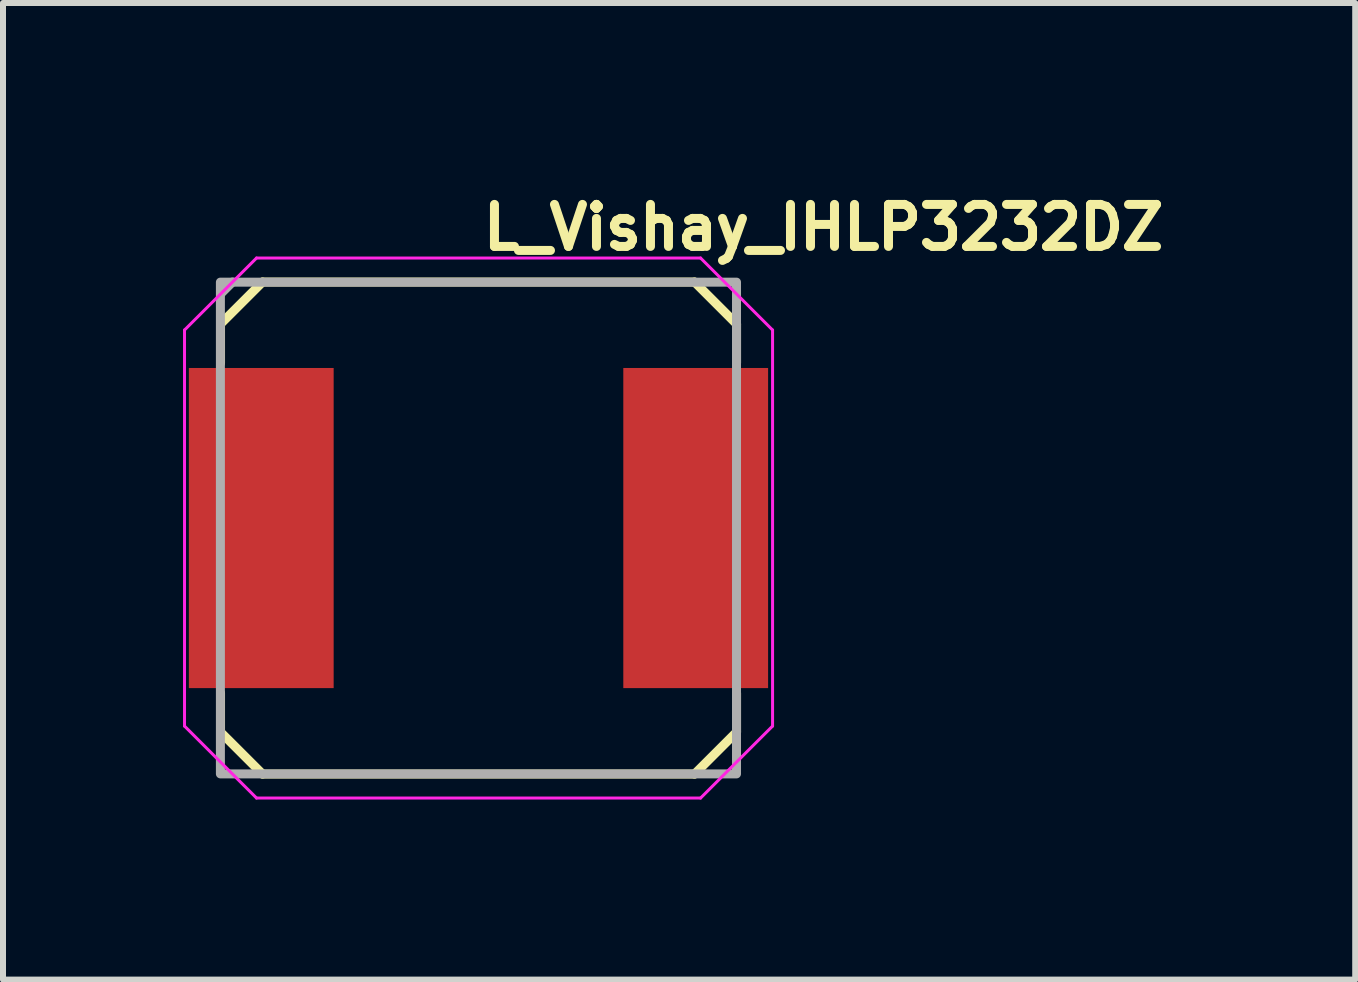
<source format=kicad_pcb>
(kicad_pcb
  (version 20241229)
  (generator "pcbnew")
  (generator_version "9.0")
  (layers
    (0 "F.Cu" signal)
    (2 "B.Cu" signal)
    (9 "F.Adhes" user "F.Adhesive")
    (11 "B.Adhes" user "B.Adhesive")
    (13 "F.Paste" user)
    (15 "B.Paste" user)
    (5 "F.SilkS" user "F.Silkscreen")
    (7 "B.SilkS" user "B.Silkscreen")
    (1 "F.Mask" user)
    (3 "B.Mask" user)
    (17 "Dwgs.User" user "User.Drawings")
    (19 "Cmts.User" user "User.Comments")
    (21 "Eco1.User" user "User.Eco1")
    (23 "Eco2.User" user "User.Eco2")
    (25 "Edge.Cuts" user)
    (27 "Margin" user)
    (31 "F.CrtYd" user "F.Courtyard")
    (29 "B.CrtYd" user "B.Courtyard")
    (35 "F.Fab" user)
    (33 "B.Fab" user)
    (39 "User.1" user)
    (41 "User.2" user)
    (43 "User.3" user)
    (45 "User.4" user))
  (footprint "L_Vishay_IHLP3232DZ"
    (layer "F.Cu")
    (at 4.925 5.75)
    (property "Reference" "L_Vishay_IHLP3232DZ" (at 0 -4.6 0) (layer "F.SilkS") (effects (font (size 0.7 0.7) (thickness 0.15)) (justify left bottom)))
    (attr smd)
    (fp_line (start -4.3 -2.75) (end -4.3 -3.4) (stroke (width 0.15) (type solid)) (layer "F.SilkS"))
    (fp_line (start -4.3 3.4) (end -4.3 2.75) (stroke (width 0.15) (type solid)) (layer "F.SilkS"))
    (fp_line (start -3.6 -4.1) (end -4.3 -3.4) (stroke (width 0.15) (type solid)) (layer "F.SilkS"))
    (fp_line (start -3.6 4.1) (end -4.3 3.4) (stroke (width 0.15) (type solid)) (layer "F.SilkS"))
    (fp_line (start -3.6 4.1) (end 3.6 4.1) (stroke (width 0.15) (type solid)) (layer "F.SilkS"))
    (fp_line (start 3.6 -4.1) (end -3.6 -4.1) (stroke (width 0.15) (type solid)) (layer "F.SilkS"))
    (fp_line (start 3.6 -4.1) (end 4.3 -3.4) (stroke (width 0.15) (type solid)) (layer "F.SilkS"))
    (fp_line (start 3.6 4.1) (end 4.3 3.4) (stroke (width 0.15) (type solid)) (layer "F.SilkS"))
    (fp_line (start 4.3 -3.4) (end 4.3 -2.75) (stroke (width 0.15) (type solid)) (layer "F.SilkS"))
    (fp_line (start 4.3 2.75) (end 4.3 3.4) (stroke (width 0.15) (type solid)) (layer "F.SilkS"))
    (fp_line (start -4.9 -3.3) (end -3.7 -4.5) (stroke (width 0.05) (type solid)) (layer "F.CrtYd"))
    (fp_line (start -4.9 3.3) (end -4.9 -3.3) (stroke (width 0.05) (type solid)) (layer "F.CrtYd"))
    (fp_line (start -3.7 -4.5) (end 3.7 -4.5) (stroke (width 0.05) (type solid)) (layer "F.CrtYd"))
    (fp_line (start -3.7 4.5) (end -4.9 3.3) (stroke (width 0.05) (type solid)) (layer "F.CrtYd"))
    (fp_line (start 3.7 -4.5) (end 4.9 -3.3) (stroke (width 0.05) (type solid)) (layer "F.CrtYd"))
    (fp_line (start 3.7 4.5) (end -3.7 4.5) (stroke (width 0.05) (type solid)) (layer "F.CrtYd"))
    (fp_line (start 4.9 -3.3) (end 4.9 3.3) (stroke (width 0.05) (type solid)) (layer "F.CrtYd"))
    (fp_line (start 4.9 3.3) (end 3.7 4.5) (stroke (width 0.05) (type solid)) (layer "F.CrtYd"))
    (fp_line (start -4.3 -3.9) (end -4.1 -4.1) (stroke (width 0.15) (type solid)) (layer "F.Fab"))
    (fp_rect (start -4.302 -4.098) (end 4.299 4.097) (stroke (width 0.15) (type solid)) (fill no) (layer "F.Fab"))
    (fp_rect (start -4.302 -4.098) (end 4.299 4.097) (stroke (width 0.1) (type solid)) (fill no) (layer "User.5"))
    (fp_line (start -4.302 -0.363) (end -4.302 -0.363) (stroke (width 0.02) (type solid)) (layer "User.9"))
    (fp_line (start -4.302 -0.363) (end -4.302 -0.254) (stroke (width 0.02) (type solid)) (layer "User.9"))
    (fp_line (start -4.302 -0.363) (end -4.3 -0.364) (stroke (width 0.02) (type solid)) (layer "User.9"))
    (fp_line (start -4.302 -0.363) (end -4.098 -0.363) (stroke (width 0.02) (type solid)) (layer "User.9"))
    (fp_line (start -4.302 1.142) (end -4.302 -0.254) (stroke (width 0.02) (type solid)) (layer "User.9"))
    (fp_line (start -4.302 1.142) (end -4.302 1.251) (stroke (width 0.02) (type solid)) (layer "User.9"))
    (fp_line (start -4.302 1.251) (end -4.302 2.539) (stroke (width 0.02) (type solid)) (layer "User.9"))
    (fp_line (start -4.302 2.539) (end -4.098 2.539) (stroke (width 0.02) (type solid)) (layer "User.9"))
    (fp_line (start -4.3 -0.367) (end -4.298 -0.368) (stroke (width 0.02) (type solid)) (layer "User.9"))
    (fp_line (start -4.3 -0.366) (end -4.3 -0.367) (stroke (width 0.02) (type solid)) (layer "User.9"))
    (fp_line (start -4.3 -0.366) (end -4.3 -0.366) (stroke (width 0.02) (type solid)) (layer "User.9"))
    (fp_line (start -4.3 -0.365) (end -4.3 -0.366) (stroke (width 0.02) (type solid)) (layer "User.9"))
    (fp_line (start -4.3 -0.365) (end -4.3 -0.365) (stroke (width 0.02) (type solid)) (layer "User.9"))
    (fp_line (start -4.3 -0.364) (end -4.3 -0.365) (stroke (width 0.02) (type solid)) (layer "User.9"))
    (fp_line (start -4.3 1.251) (end -4.302 1.251) (stroke (width 0.02) (type solid)) (layer "User.9"))
    (fp_line (start -4.3 1.253) (end -4.3 1.251) (stroke (width 0.02) (type solid)) (layer "User.9"))
    (fp_line (start -4.3 1.253) (end -4.3 1.253) (stroke (width 0.02) (type solid)) (layer "User.9"))
    (fp_line (start -4.298 -0.368) (end -4.297 -0.368) (stroke (width 0.02) (type solid)) (layer "User.9"))
    (fp_line (start -4.298 1.255) (end -4.3 1.253) (stroke (width 0.02) (type solid)) (layer "User.9"))
    (fp_line (start -4.297 -0.369) (end -4.297 -0.369) (stroke (width 0.02) (type solid)) (layer "User.9"))
    (fp_line (start -4.297 -0.369) (end -4.295 -0.37) (stroke (width 0.02) (type solid)) (layer "User.9"))
    (fp_line (start -4.297 -0.368) (end -4.297 -0.369) (stroke (width 0.02) (type solid)) (layer "User.9"))
    (fp_line (start -4.297 1.257) (end -4.298 1.255) (stroke (width 0.02) (type solid)) (layer "User.9"))
    (fp_line (start -4.295 -0.37) (end -4.295 -0.37) (stroke (width 0.02) (type solid)) (layer "User.9"))
    (fp_line (start -4.295 -0.37) (end -4.294 -0.371) (stroke (width 0.02) (type solid)) (layer "User.9"))
    (fp_line (start -4.295 1.257) (end -4.297 1.257) (stroke (width 0.02) (type solid)) (layer "User.9"))
    (fp_line (start -4.294 -0.371) (end -4.292 -0.372) (stroke (width 0.02) (type solid)) (layer "User.9"))
    (fp_line (start -4.294 1.259) (end -4.295 1.257) (stroke (width 0.02) (type solid)) (layer "User.9"))
    (fp_line (start -4.292 -0.372) (end -4.29 -0.372) (stroke (width 0.02) (type solid)) (layer "User.9"))
    (fp_line (start -4.29 -0.372) (end -4.289 -0.373) (stroke (width 0.02) (type solid)) (layer "User.9"))
    (fp_line (start -4.29 1.259) (end -4.294 1.259) (stroke (width 0.02) (type solid)) (layer "User.9"))
    (fp_line (start -4.289 -0.373) (end -4.287 -0.373) (stroke (width 0.02) (type solid)) (layer "User.9"))
    (fp_line (start -4.287 -0.373) (end -4.284 -0.375) (stroke (width 0.02) (type solid)) (layer "User.9"))
    (fp_line (start -4.287 1.261) (end -4.29 1.259) (stroke (width 0.02) (type solid)) (layer "User.9"))
    (fp_line (start -4.284 -0.375) (end -4.281 -0.376) (stroke (width 0.02) (type solid)) (layer "User.9"))
    (fp_line (start -4.284 1.263) (end -4.287 1.261) (stroke (width 0.02) (type solid)) (layer "User.9"))
    (fp_line (start -4.281 -0.376) (end -4.278 -0.377) (stroke (width 0.02) (type solid)) (layer "User.9"))
    (fp_line (start -4.281 1.263) (end -4.284 1.263) (stroke (width 0.02) (type solid)) (layer "User.9"))
    (fp_line (start -4.278 -0.377) (end -4.273 -0.378) (stroke (width 0.02) (type solid)) (layer "User.9"))
    (fp_line (start -4.278 1.265) (end -4.281 1.263) (stroke (width 0.02) (type solid)) (layer "User.9"))
    (fp_line (start -4.273 -0.378) (end -4.27 -0.379) (stroke (width 0.02) (type solid)) (layer "User.9"))
    (fp_line (start -4.273 1.265) (end -4.278 1.265) (stroke (width 0.02) (type solid)) (layer "User.9"))
    (fp_line (start -4.27 -0.379) (end -4.265 -0.38) (stroke (width 0.02) (type solid)) (layer "User.9"))
    (fp_line (start -4.27 1.267) (end -4.273 1.265) (stroke (width 0.02) (type solid)) (layer "User.9"))
    (fp_line (start -4.265 -0.38) (end -4.26 -0.381) (stroke (width 0.02) (type solid)) (layer "User.9"))
    (fp_line (start -4.26 -0.381) (end -4.098 -0.381) (stroke (width 0.02) (type solid)) (layer "User.9"))
    (fp_line (start -4.26 1.269) (end -4.27 1.267) (stroke (width 0.02) (type solid)) (layer "User.9"))
    (fp_line (start -4.098 -3.093) (end -4.098 -2.54) (stroke (width 0.02) (type solid)) (layer "User.9"))
    (fp_line (start -4.098 -2.54) (end -4.302 -2.54) (stroke (width 0.02) (type solid)) (layer "User.9"))
    (fp_line (start -4.098 -2.54) (end -3.844 -2.54) (stroke (width 0.02) (type solid)) (layer "User.9"))
    (fp_line (start -4.098 -0.381) (end -4.098 1.269) (stroke (width 0.02) (type solid)) (layer "User.9"))
    (fp_line (start -4.098 -0.363) (end -4.098 -0.254) (stroke (width 0.02) (type solid)) (layer "User.9"))
    (fp_line (start -4.098 1.142) (end -4.098 -0.254) (stroke (width 0.02) (type solid)) (layer "User.9"))
    (fp_line (start -4.098 1.142) (end -4.098 1.251) (stroke (width 0.02) (type solid)) (layer "User.9"))
    (fp_line (start -4.098 1.251) (end -4.302 1.251) (stroke (width 0.02) (type solid)) (layer "User.9"))
    (fp_line (start -4.098 1.269) (end -4.26 1.269) (stroke (width 0.02) (type solid)) (layer "User.9"))
    (fp_line (start -4.098 2.539) (end -4.098 3.091) (stroke (width 0.02) (type solid)) (layer "User.9"))
    (fp_line (start -4.098 3.091) (end -4.096 3.14) (stroke (width 0.02) (type solid)) (layer "User.9"))
    (fp_line (start -4.096 -3.142) (end -4.098 -3.093) (stroke (width 0.02) (type solid)) (layer "User.9"))
    (fp_line (start -4.096 3.14) (end -4.093 3.189) (stroke (width 0.02) (type solid)) (layer "User.9"))
    (fp_line (start -4.093 -3.192) (end -4.096 -3.142) (stroke (width 0.02) (type solid)) (layer "User.9"))
    (fp_line (start -4.093 3.189) (end -4.087 3.238) (stroke (width 0.02) (type solid)) (layer "User.9"))
    (fp_line (start -4.087 -3.241) (end -4.093 -3.192) (stroke (width 0.02) (type solid)) (layer "User.9"))
    (fp_line (start -4.087 3.238) (end -4.079 3.288) (stroke (width 0.02) (type solid)) (layer "User.9"))
    (fp_line (start -4.079 -3.29) (end -4.087 -3.241) (stroke (width 0.02) (type solid)) (layer "User.9"))
    (fp_line (start -4.079 3.288) (end -4.068 3.335) (stroke (width 0.02) (type solid)) (layer "User.9"))
    (fp_line (start -4.068 -3.338) (end -4.079 -3.29) (stroke (width 0.02) (type solid)) (layer "User.9"))
    (fp_line (start -4.068 3.335) (end -4.055 3.382) (stroke (width 0.02) (type solid)) (layer "User.9"))
    (fp_line (start -4.055 -3.384) (end -4.068 -3.338) (stroke (width 0.02) (type solid)) (layer "User.9"))
    (fp_line (start -4.055 3.382) (end -4.039 3.43) (stroke (width 0.02) (type solid)) (layer "User.9"))
    (fp_line (start -4.039 -3.431) (end -4.055 -3.384) (stroke (width 0.02) (type solid)) (layer "User.9"))
    (fp_line (start -4.039 3.43) (end -4.021 3.475) (stroke (width 0.02) (type solid)) (layer "User.9"))
    (fp_line (start -4.021 -3.477) (end -4.039 -3.431) (stroke (width 0.02) (type solid)) (layer "User.9"))
    (fp_line (start -4.021 3.475) (end -4.002 3.519) (stroke (width 0.02) (type solid)) (layer "User.9"))
    (fp_line (start -4.002 -3.521) (end -4.021 -3.477) (stroke (width 0.02) (type solid)) (layer "User.9"))
    (fp_line (start -4.002 3.519) (end -3.98 3.563) (stroke (width 0.02) (type solid)) (layer "User.9"))
    (fp_line (start -3.98 -3.565) (end -4.002 -3.521) (stroke (width 0.02) (type solid)) (layer "User.9"))
    (fp_line (start -3.98 3.563) (end -3.955 3.607) (stroke (width 0.02) (type solid)) (layer "User.9"))
    (fp_line (start -3.955 -3.609) (end -3.98 -3.565) (stroke (width 0.02) (type solid)) (layer "User.9"))
    (fp_line (start -3.955 3.607) (end -3.93 3.648) (stroke (width 0.02) (type solid)) (layer "User.9"))
    (fp_line (start -3.93 -3.65) (end -3.955 -3.609) (stroke (width 0.02) (type solid)) (layer "User.9"))
    (fp_line (start -3.93 3.648) (end -3.9 3.688) (stroke (width 0.02) (type solid)) (layer "User.9"))
    (fp_line (start -3.9 -3.69) (end -3.93 -3.65) (stroke (width 0.02) (type solid)) (layer "User.9"))
    (fp_line (start -3.9 3.688) (end -3.871 3.728) (stroke (width 0.02) (type solid)) (layer "User.9"))
    (fp_line (start -3.871 -3.73) (end -3.9 -3.69) (stroke (width 0.02) (type solid)) (layer "User.9"))
    (fp_line (start -3.871 3.728) (end -3.838 3.765) (stroke (width 0.02) (type solid)) (layer "User.9"))
    (fp_line (start -3.844 -3.041) (end -3.843 -3.092) (stroke (width 0.02) (type solid)) (layer "User.9"))
    (fp_line (start -3.844 -0.381) (end -4.098 -0.381) (stroke (width 0.02) (type solid)) (layer "User.9"))
    (fp_line (start -3.844 1.269) (end -4.098 1.269) (stroke (width 0.02) (type solid)) (layer "User.9"))
    (fp_line (start -3.844 1.269) (end -4.098 1.269) (stroke (width 0.02) (type solid)) (layer "User.9"))
    (fp_line (start -3.844 2.539) (end -4.098 2.539) (stroke (width 0.02) (type solid)) (layer "User.9"))
    (fp_line (start -3.844 3.039) (end -3.844 -3.041) (stroke (width 0.02) (type solid)) (layer "User.9"))
    (fp_line (start -3.843 -3.092) (end -3.839 -3.141) (stroke (width 0.02) (type solid)) (layer "User.9"))
    (fp_line (start -3.843 3.089) (end -3.844 3.039) (stroke (width 0.02) (type solid)) (layer "User.9"))
    (fp_line (start -3.839 -3.141) (end -3.833 -3.189) (stroke (width 0.02) (type solid)) (layer "User.9"))
    (fp_line (start -3.839 3.139) (end -3.843 3.089) (stroke (width 0.02) (type solid)) (layer "User.9"))
    (fp_line (start -3.838 -3.767) (end -3.871 -3.73) (stroke (width 0.02) (type solid)) (layer "User.9"))
    (fp_line (start -3.838 3.765) (end -3.803 3.801) (stroke (width 0.02) (type solid)) (layer "User.9"))
    (fp_line (start -3.833 -3.189) (end -3.825 -3.238) (stroke (width 0.02) (type solid)) (layer "User.9"))
    (fp_line (start -3.833 3.188) (end -3.839 3.139) (stroke (width 0.02) (type solid)) (layer "User.9"))
    (fp_line (start -3.825 -3.238) (end -3.814 -3.286) (stroke (width 0.02) (type solid)) (layer "User.9"))
    (fp_line (start -3.825 3.237) (end -3.833 3.188) (stroke (width 0.02) (type solid)) (layer "User.9"))
    (fp_line (start -3.814 -3.286) (end -3.801 -3.334) (stroke (width 0.02) (type solid)) (layer "User.9"))
    (fp_line (start -3.814 3.285) (end -3.825 3.237) (stroke (width 0.02) (type solid)) (layer "User.9"))
    (fp_line (start -3.803 -3.803) (end -3.838 -3.767) (stroke (width 0.02) (type solid)) (layer "User.9"))
    (fp_line (start -3.803 -3.803) (end -3.803 -3.803) (stroke (width 0.02) (type solid)) (layer "User.9"))
    (fp_line (start -3.803 3.801) (end -3.803 3.801) (stroke (width 0.02) (type solid)) (layer "User.9"))
    (fp_line (start -3.803 3.801) (end -3.767 3.836) (stroke (width 0.02) (type solid)) (layer "User.9"))
    (fp_line (start -3.801 -3.334) (end -3.786 -3.38) (stroke (width 0.02) (type solid)) (layer "User.9"))
    (fp_line (start -3.801 3.331) (end -3.814 3.285) (stroke (width 0.02) (type solid)) (layer "User.9"))
    (fp_line (start -3.786 -3.38) (end -3.767 -3.427) (stroke (width 0.02) (type solid)) (layer "User.9"))
    (fp_line (start -3.786 3.378) (end -3.801 3.331) (stroke (width 0.02) (type solid)) (layer "User.9"))
    (fp_line (start -3.767 -3.838) (end -3.803 -3.803) (stroke (width 0.02) (type solid)) (layer "User.9"))
    (fp_line (start -3.767 -3.427) (end -3.747 -3.472) (stroke (width 0.02) (type solid)) (layer "User.9"))
    (fp_line (start -3.767 3.425) (end -3.786 3.378) (stroke (width 0.02) (type solid)) (layer "User.9"))
    (fp_line (start -3.767 3.836) (end -3.73 3.869) (stroke (width 0.02) (type solid)) (layer "User.9"))
    (fp_line (start -3.747 -3.472) (end -3.726 -3.516) (stroke (width 0.02) (type solid)) (layer "User.9"))
    (fp_line (start -3.747 3.47) (end -3.767 3.425) (stroke (width 0.02) (type solid)) (layer "User.9"))
    (fp_line (start -3.73 -3.871) (end -3.767 -3.838) (stroke (width 0.02) (type solid)) (layer "User.9"))
    (fp_line (start -3.73 3.869) (end -3.69 3.898) (stroke (width 0.02) (type solid)) (layer "User.9"))
    (fp_line (start -3.726 -3.516) (end -3.701 -3.557) (stroke (width 0.02) (type solid)) (layer "User.9"))
    (fp_line (start -3.726 3.514) (end -3.747 3.47) (stroke (width 0.02) (type solid)) (layer "User.9"))
    (fp_line (start -3.701 -3.557) (end -3.676 -3.6) (stroke (width 0.02) (type solid)) (layer "User.9"))
    (fp_line (start -3.701 3.555) (end -3.726 3.514) (stroke (width 0.02) (type solid)) (layer "User.9"))
    (fp_line (start -3.69 -3.9) (end -3.73 -3.871) (stroke (width 0.02) (type solid)) (layer "User.9"))
    (fp_line (start -3.69 3.898) (end -3.65 3.927) (stroke (width 0.02) (type solid)) (layer "User.9"))
    (fp_line (start -3.676 -3.6) (end -3.646 -3.64) (stroke (width 0.02) (type solid)) (layer "User.9"))
    (fp_line (start -3.676 3.597) (end -3.701 3.555) (stroke (width 0.02) (type solid)) (layer "User.9"))
    (fp_line (start -3.65 -3.93) (end -3.69 -3.9) (stroke (width 0.02) (type solid)) (layer "User.9"))
    (fp_line (start -3.65 3.927) (end -3.609 3.954) (stroke (width 0.02) (type solid)) (layer "User.9"))
    (fp_line (start -3.646 -3.64) (end -3.617 -3.678) (stroke (width 0.02) (type solid)) (layer "User.9"))
    (fp_line (start -3.646 3.637) (end -3.676 3.597) (stroke (width 0.02) (type solid)) (layer "User.9"))
    (fp_line (start -3.617 -3.678) (end -3.584 -3.717) (stroke (width 0.02) (type solid)) (layer "User.9"))
    (fp_line (start -3.617 3.676) (end -3.646 3.637) (stroke (width 0.02) (type solid)) (layer "User.9"))
    (fp_line (start -3.609 -3.955) (end -3.65 -3.93) (stroke (width 0.02) (type solid)) (layer "User.9"))
    (fp_line (start -3.609 3.954) (end -3.565 3.978) (stroke (width 0.02) (type solid)) (layer "User.9"))
    (fp_line (start -3.584 -3.717) (end -3.549 -3.753) (stroke (width 0.02) (type solid)) (layer "User.9"))
    (fp_line (start -3.584 3.714) (end -3.617 3.676) (stroke (width 0.02) (type solid)) (layer "User.9"))
    (fp_line (start -3.565 -3.98) (end -3.609 -3.955) (stroke (width 0.02) (type solid)) (layer "User.9"))
    (fp_line (start -3.565 3.978) (end -3.521 3.999) (stroke (width 0.02) (type solid)) (layer "User.9"))
    (fp_line (start -3.549 -3.753) (end -3.549 -3.753) (stroke (width 0.02) (type solid)) (layer "User.9"))
    (fp_line (start -3.549 -3.753) (end -3.513 -3.787) (stroke (width 0.02) (type solid)) (layer "User.9"))
    (fp_line (start -3.549 3.75) (end -3.584 3.714) (stroke (width 0.02) (type solid)) (layer "User.9"))
    (fp_line (start -3.549 3.75) (end -3.549 3.75) (stroke (width 0.02) (type solid)) (layer "User.9"))
    (fp_line (start -3.521 -4.002) (end -3.565 -3.98) (stroke (width 0.02) (type solid)) (layer "User.9"))
    (fp_line (start -3.521 3.999) (end -3.477 4.02) (stroke (width 0.02) (type solid)) (layer "User.9"))
    (fp_line (start -3.513 -3.787) (end -3.476 -3.819) (stroke (width 0.02) (type solid)) (layer "User.9"))
    (fp_line (start -3.513 3.785) (end -3.549 3.75) (stroke (width 0.02) (type solid)) (layer "User.9"))
    (fp_line (start -3.477 -4.021) (end -3.521 -4.002) (stroke (width 0.02) (type solid)) (layer "User.9"))
    (fp_line (start -3.477 4.02) (end -3.431 4.038) (stroke (width 0.02) (type solid)) (layer "User.9"))
    (fp_line (start -3.476 -3.819) (end -3.436 -3.85) (stroke (width 0.02) (type solid)) (layer "User.9"))
    (fp_line (start -3.476 3.817) (end -3.513 3.785) (stroke (width 0.02) (type solid)) (layer "User.9"))
    (fp_line (start -3.436 -3.85) (end -3.396 -3.879) (stroke (width 0.02) (type solid)) (layer "User.9"))
    (fp_line (start -3.436 3.847) (end -3.476 3.817) (stroke (width 0.02) (type solid)) (layer "User.9"))
    (fp_line (start -3.431 -4.039) (end -3.477 -4.021) (stroke (width 0.02) (type solid)) (layer "User.9"))
    (fp_line (start -3.431 4.038) (end -3.384 4.052) (stroke (width 0.02) (type solid)) (layer "User.9"))
    (fp_line (start -3.396 -3.879) (end -3.355 -3.904) (stroke (width 0.02) (type solid)) (layer "User.9"))
    (fp_line (start -3.396 3.877) (end -3.436 3.847) (stroke (width 0.02) (type solid)) (layer "User.9"))
    (fp_line (start -3.384 -4.055) (end -3.431 -4.039) (stroke (width 0.02) (type solid)) (layer "User.9"))
    (fp_line (start -3.384 4.052) (end -3.338 4.065) (stroke (width 0.02) (type solid)) (layer "User.9"))
    (fp_line (start -3.355 -3.904) (end -3.311 -3.928) (stroke (width 0.02) (type solid)) (layer "User.9"))
    (fp_line (start -3.355 3.902) (end -3.396 3.877) (stroke (width 0.02) (type solid)) (layer "User.9"))
    (fp_line (start -3.338 -4.068) (end -3.384 -4.055) (stroke (width 0.02) (type solid)) (layer "User.9"))
    (fp_line (start -3.338 4.065) (end -3.29 4.076) (stroke (width 0.02) (type solid)) (layer "User.9"))
    (fp_line (start -3.311 -3.928) (end -3.267 -3.951) (stroke (width 0.02) (type solid)) (layer "User.9"))
    (fp_line (start -3.311 3.926) (end -3.355 3.902) (stroke (width 0.02) (type solid)) (layer "User.9"))
    (fp_line (start -3.29 -4.079) (end -3.338 -4.068) (stroke (width 0.02) (type solid)) (layer "User.9"))
    (fp_line (start -3.29 4.076) (end -3.241 4.084) (stroke (width 0.02) (type solid)) (layer "User.9"))
    (fp_line (start -3.267 -3.951) (end -3.223 -3.971) (stroke (width 0.02) (type solid)) (layer "User.9"))
    (fp_line (start -3.267 3.949) (end -3.311 3.926) (stroke (width 0.02) (type solid)) (layer "User.9"))
    (fp_line (start -3.241 -4.087) (end -3.29 -4.079) (stroke (width 0.02) (type solid)) (layer "User.9"))
    (fp_line (start -3.241 4.084) (end -3.192 4.092) (stroke (width 0.02) (type solid)) (layer "User.9"))
    (fp_line (start -3.223 -3.971) (end -3.177 -3.988) (stroke (width 0.02) (type solid)) (layer "User.9"))
    (fp_line (start -3.223 3.968) (end -3.267 3.949) (stroke (width 0.02) (type solid)) (layer "User.9"))
    (fp_line (start -3.192 -4.093) (end -3.241 -4.087) (stroke (width 0.02) (type solid)) (layer "User.9"))
    (fp_line (start -3.192 4.092) (end -3.142 4.094) (stroke (width 0.02) (type solid)) (layer "User.9"))
    (fp_line (start -3.177 -3.988) (end -3.13 -4.004) (stroke (width 0.02) (type solid)) (layer "User.9"))
    (fp_line (start -3.177 3.987) (end -3.223 3.968) (stroke (width 0.02) (type solid)) (layer "User.9"))
    (fp_line (start -3.142 -4.096) (end -3.192 -4.093) (stroke (width 0.02) (type solid)) (layer "User.9"))
    (fp_line (start -3.142 4.094) (end -3.093 4.097) (stroke (width 0.02) (type solid)) (layer "User.9"))
    (fp_line (start -3.13 -4.004) (end -3.084 -4.016) (stroke (width 0.02) (type solid)) (layer "User.9"))
    (fp_line (start -3.13 4.001) (end -3.177 3.987) (stroke (width 0.02) (type solid)) (layer "User.9"))
    (fp_line (start -3.093 -4.098) (end -3.142 -4.096) (stroke (width 0.02) (type solid)) (layer "User.9"))
    (fp_line (start -3.093 4.097) (end 3.091 4.097) (stroke (width 0.02) (type solid)) (layer "User.9"))
    (fp_line (start -3.084 -4.016) (end -3.036 -4.028) (stroke (width 0.02) (type solid)) (layer "User.9"))
    (fp_line (start -3.084 4.014) (end -3.13 4.001) (stroke (width 0.02) (type solid)) (layer "User.9"))
    (fp_line (start -3.036 -4.028) (end -2.987 -4.037) (stroke (width 0.02) (type solid)) (layer "User.9"))
    (fp_line (start -3.036 4.025) (end -3.084 4.014) (stroke (width 0.02) (type solid)) (layer "User.9"))
    (fp_line (start -2.987 -4.037) (end -2.938 -4.042) (stroke (width 0.02) (type solid)) (layer "User.9"))
    (fp_line (start -2.987 4.035) (end -3.036 4.025) (stroke (width 0.02) (type solid)) (layer "User.9"))
    (fp_line (start -2.938 -4.042) (end -2.888 -4.045) (stroke (width 0.02) (type solid)) (layer "User.9"))
    (fp_line (start -2.938 4.041) (end -2.987 4.035) (stroke (width 0.02) (type solid)) (layer "User.9"))
    (fp_line (start -2.888 -4.045) (end -2.839 -4.047) (stroke (width 0.02) (type solid)) (layer "User.9"))
    (fp_line (start -2.888 4.044) (end -2.938 4.041) (stroke (width 0.02) (type solid)) (layer "User.9"))
    (fp_line (start -2.839 -4.047) (end 2.837 -4.047) (stroke (width 0.02) (type solid)) (layer "User.9"))
    (fp_line (start -2.839 4.046) (end -2.888 4.044) (stroke (width 0.02) (type solid)) (layer "User.9"))
    (fp_line (start 2.837 -4.047) (end 2.886 -4.045) (stroke (width 0.02) (type solid)) (layer "User.9"))
    (fp_line (start 2.837 4.046) (end -2.839 4.046) (stroke (width 0.02) (type solid)) (layer "User.9"))
    (fp_line (start 2.886 -4.045) (end 2.935 -4.042) (stroke (width 0.02) (type solid)) (layer "User.9"))
    (fp_line (start 2.886 4.044) (end 2.837 4.046) (stroke (width 0.02) (type solid)) (layer "User.9"))
    (fp_line (start 2.935 -4.042) (end 2.984 -4.037) (stroke (width 0.02) (type solid)) (layer "User.9"))
    (fp_line (start 2.935 4.041) (end 2.886 4.044) (stroke (width 0.02) (type solid)) (layer "User.9"))
    (fp_line (start 2.984 -4.037) (end 3.034 -4.028) (stroke (width 0.02) (type solid)) (layer "User.9"))
    (fp_line (start 2.984 4.035) (end 2.935 4.041) (stroke (width 0.02) (type solid)) (layer "User.9"))
    (fp_line (start 3.034 -4.028) (end 3.081 -4.016) (stroke (width 0.02) (type solid)) (layer "User.9"))
    (fp_line (start 3.034 4.025) (end 2.984 4.035) (stroke (width 0.02) (type solid)) (layer "User.9"))
    (fp_line (start 3.081 -4.016) (end 3.128 -4.004) (stroke (width 0.02) (type solid)) (layer "User.9"))
    (fp_line (start 3.081 4.014) (end 3.034 4.025) (stroke (width 0.02) (type solid)) (layer "User.9"))
    (fp_line (start 3.091 -4.098) (end -3.093 -4.098) (stroke (width 0.02) (type solid)) (layer "User.9"))
    (fp_line (start 3.091 4.097) (end 3.14 4.094) (stroke (width 0.02) (type solid)) (layer "User.9"))
    (fp_line (start 3.128 -4.004) (end 3.176 -3.988) (stroke (width 0.02) (type solid)) (layer "User.9"))
    (fp_line (start 3.128 4.001) (end 3.081 4.014) (stroke (width 0.02) (type solid)) (layer "User.9"))
    (fp_line (start 3.14 -4.096) (end 3.091 -4.098) (stroke (width 0.02) (type solid)) (layer "User.9"))
    (fp_line (start 3.14 4.094) (end 3.189 4.092) (stroke (width 0.02) (type solid)) (layer "User.9"))
    (fp_line (start 3.176 -3.988) (end 3.221 -3.971) (stroke (width 0.02) (type solid)) (layer "User.9"))
    (fp_line (start 3.176 3.987) (end 3.128 4.001) (stroke (width 0.02) (type solid)) (layer "User.9"))
    (fp_line (start 3.189 -4.093) (end 3.14 -4.096) (stroke (width 0.02) (type solid)) (layer "User.9"))
    (fp_line (start 3.189 4.092) (end 3.238 4.084) (stroke (width 0.02) (type solid)) (layer "User.9"))
    (fp_line (start 3.221 -3.971) (end 3.265 -3.951) (stroke (width 0.02) (type solid)) (layer "User.9"))
    (fp_line (start 3.221 3.968) (end 3.176 3.987) (stroke (width 0.02) (type solid)) (layer "User.9"))
    (fp_line (start 3.238 -4.087) (end 3.189 -4.093) (stroke (width 0.02) (type solid)) (layer "User.9"))
    (fp_line (start 3.238 4.084) (end 3.288 4.076) (stroke (width 0.02) (type solid)) (layer "User.9"))
    (fp_line (start 3.265 -3.951) (end 3.309 -3.928) (stroke (width 0.02) (type solid)) (layer "User.9"))
    (fp_line (start 3.265 3.949) (end 3.221 3.968) (stroke (width 0.02) (type solid)) (layer "User.9"))
    (fp_line (start 3.288 -4.079) (end 3.238 -4.087) (stroke (width 0.02) (type solid)) (layer "User.9"))
    (fp_line (start 3.288 4.076) (end 3.335 4.065) (stroke (width 0.02) (type solid)) (layer "User.9"))
    (fp_line (start 3.309 -3.928) (end 3.353 -3.904) (stroke (width 0.02) (type solid)) (layer "User.9"))
    (fp_line (start 3.309 3.926) (end 3.265 3.949) (stroke (width 0.02) (type solid)) (layer "User.9"))
    (fp_line (start 3.335 -4.068) (end 3.288 -4.079) (stroke (width 0.02) (type solid)) (layer "User.9"))
    (fp_line (start 3.335 4.065) (end 3.382 4.052) (stroke (width 0.02) (type solid)) (layer "User.9"))
    (fp_line (start 3.353 -3.904) (end 3.394 -3.879) (stroke (width 0.02) (type solid)) (layer "User.9"))
    (fp_line (start 3.353 3.902) (end 3.309 3.926) (stroke (width 0.02) (type solid)) (layer "User.9"))
    (fp_line (start 3.382 -4.055) (end 3.335 -4.068) (stroke (width 0.02) (type solid)) (layer "User.9"))
    (fp_line (start 3.382 4.052) (end 3.43 4.038) (stroke (width 0.02) (type solid)) (layer "User.9"))
    (fp_line (start 3.394 -3.879) (end 3.434 -3.85) (stroke (width 0.02) (type solid)) (layer "User.9"))
    (fp_line (start 3.394 3.877) (end 3.353 3.902) (stroke (width 0.02) (type solid)) (layer "User.9"))
    (fp_line (start 3.43 -4.039) (end 3.382 -4.055) (stroke (width 0.02) (type solid)) (layer "User.9"))
    (fp_line (start 3.43 4.038) (end 3.475 4.02) (stroke (width 0.02) (type solid)) (layer "User.9"))
    (fp_line (start 3.434 -3.85) (end 3.474 -3.819) (stroke (width 0.02) (type solid)) (layer "User.9"))
    (fp_line (start 3.434 3.847) (end 3.394 3.877) (stroke (width 0.02) (type solid)) (layer "User.9"))
    (fp_line (start 3.474 -3.819) (end 3.511 -3.787) (stroke (width 0.02) (type solid)) (layer "User.9"))
    (fp_line (start 3.474 3.817) (end 3.434 3.847) (stroke (width 0.02) (type solid)) (layer "User.9"))
    (fp_line (start 3.475 -4.021) (end 3.43 -4.039) (stroke (width 0.02) (type solid)) (layer "User.9"))
    (fp_line (start 3.475 4.02) (end 3.519 3.999) (stroke (width 0.02) (type solid)) (layer "User.9"))
    (fp_line (start 3.511 -3.787) (end 3.547 -3.753) (stroke (width 0.02) (type solid)) (layer "User.9"))
    (fp_line (start 3.511 3.785) (end 3.474 3.817) (stroke (width 0.02) (type solid)) (layer "User.9"))
    (fp_line (start 3.519 -4.002) (end 3.475 -4.021) (stroke (width 0.02) (type solid)) (layer "User.9"))
    (fp_line (start 3.519 3.999) (end 3.563 3.978) (stroke (width 0.02) (type solid)) (layer "User.9"))
    (fp_line (start 3.547 -3.753) (end 3.547 -3.753) (stroke (width 0.02) (type solid)) (layer "User.9"))
    (fp_line (start 3.547 -3.753) (end 3.582 -3.717) (stroke (width 0.02) (type solid)) (layer "User.9"))
    (fp_line (start 3.547 3.75) (end 3.511 3.785) (stroke (width 0.02) (type solid)) (layer "User.9"))
    (fp_line (start 3.547 3.75) (end 3.547 3.75) (stroke (width 0.02) (type solid)) (layer "User.9"))
    (fp_line (start 3.563 -3.98) (end 3.519 -4.002) (stroke (width 0.02) (type solid)) (layer "User.9"))
    (fp_line (start 3.563 3.978) (end 3.607 3.954) (stroke (width 0.02) (type solid)) (layer "User.9"))
    (fp_line (start 3.582 -3.717) (end 3.615 -3.678) (stroke (width 0.02) (type solid)) (layer "User.9"))
    (fp_line (start 3.582 3.714) (end 3.547 3.75) (stroke (width 0.02) (type solid)) (layer "User.9"))
    (fp_line (start 3.607 -3.955) (end 3.563 -3.98) (stroke (width 0.02) (type solid)) (layer "User.9"))
    (fp_line (start 3.607 3.954) (end 3.648 3.927) (stroke (width 0.02) (type solid)) (layer "User.9"))
    (fp_line (start 3.615 -3.678) (end 3.644 -3.64) (stroke (width 0.02) (type solid)) (layer "User.9"))
    (fp_line (start 3.615 3.676) (end 3.582 3.714) (stroke (width 0.02) (type solid)) (layer "User.9"))
    (fp_line (start 3.644 -3.64) (end 3.673 -3.6) (stroke (width 0.02) (type solid)) (layer "User.9"))
    (fp_line (start 3.644 3.637) (end 3.615 3.676) (stroke (width 0.02) (type solid)) (layer "User.9"))
    (fp_line (start 3.648 -3.93) (end 3.607 -3.955) (stroke (width 0.02) (type solid)) (layer "User.9"))
    (fp_line (start 3.648 3.927) (end 3.688 3.898) (stroke (width 0.02) (type solid)) (layer "User.9"))
    (fp_line (start 3.673 -3.6) (end 3.7 -3.557) (stroke (width 0.02) (type solid)) (layer "User.9"))
    (fp_line (start 3.673 3.597) (end 3.644 3.637) (stroke (width 0.02) (type solid)) (layer "User.9"))
    (fp_line (start 3.688 -3.9) (end 3.648 -3.93) (stroke (width 0.02) (type solid)) (layer "User.9"))
    (fp_line (start 3.688 3.898) (end 3.728 3.869) (stroke (width 0.02) (type solid)) (layer "User.9"))
    (fp_line (start 3.7 -3.557) (end 3.724 -3.516) (stroke (width 0.02) (type solid)) (layer "User.9"))
    (fp_line (start 3.7 3.555) (end 3.673 3.597) (stroke (width 0.02) (type solid)) (layer "User.9"))
    (fp_line (start 3.724 -3.516) (end 3.745 -3.472) (stroke (width 0.02) (type solid)) (layer "User.9"))
    (fp_line (start 3.724 3.514) (end 3.7 3.555) (stroke (width 0.02) (type solid)) (layer "User.9"))
    (fp_line (start 3.728 -3.871) (end 3.688 -3.9) (stroke (width 0.02) (type solid)) (layer "User.9"))
    (fp_line (start 3.728 3.869) (end 3.765 3.836) (stroke (width 0.02) (type solid)) (layer "User.9"))
    (fp_line (start 3.745 -3.472) (end 3.765 -3.427) (stroke (width 0.02) (type solid)) (layer "User.9"))
    (fp_line (start 3.745 3.47) (end 3.724 3.514) (stroke (width 0.02) (type solid)) (layer "User.9"))
    (fp_line (start 3.765 -3.838) (end 3.728 -3.871) (stroke (width 0.02) (type solid)) (layer "User.9"))
    (fp_line (start 3.765 -3.427) (end 3.784 -3.38) (stroke (width 0.02) (type solid)) (layer "User.9"))
    (fp_line (start 3.765 3.425) (end 3.745 3.47) (stroke (width 0.02) (type solid)) (layer "User.9"))
    (fp_line (start 3.765 3.836) (end 3.801 3.801) (stroke (width 0.02) (type solid)) (layer "User.9"))
    (fp_line (start 3.784 -3.38) (end 3.798 -3.334) (stroke (width 0.02) (type solid)) (layer "User.9"))
    (fp_line (start 3.784 3.378) (end 3.765 3.425) (stroke (width 0.02) (type solid)) (layer "User.9"))
    (fp_line (start 3.798 -3.334) (end 3.812 -3.286) (stroke (width 0.02) (type solid)) (layer "User.9"))
    (fp_line (start 3.798 3.331) (end 3.784 3.378) (stroke (width 0.02) (type solid)) (layer "User.9"))
    (fp_line (start 3.801 -3.803) (end 3.765 -3.838) (stroke (width 0.02) (type solid)) (layer "User.9"))
    (fp_line (start 3.801 -3.803) (end 3.801 -3.803) (stroke (width 0.02) (type solid)) (layer "User.9"))
    (fp_line (start 3.801 3.801) (end 3.801 3.801) (stroke (width 0.02) (type solid)) (layer "User.9"))
    (fp_line (start 3.801 3.801) (end 3.836 3.765) (stroke (width 0.02) (type solid)) (layer "User.9"))
    (fp_line (start 3.812 -3.286) (end 3.822 -3.238) (stroke (width 0.02) (type solid)) (layer "User.9"))
    (fp_line (start 3.812 3.285) (end 3.798 3.331) (stroke (width 0.02) (type solid)) (layer "User.9"))
    (fp_line (start 3.822 -3.238) (end 3.83 -3.189) (stroke (width 0.02) (type solid)) (layer "User.9"))
    (fp_line (start 3.822 3.237) (end 3.812 3.285) (stroke (width 0.02) (type solid)) (layer "User.9"))
    (fp_line (start 3.83 -3.189) (end 3.837 -3.141) (stroke (width 0.02) (type solid)) (layer "User.9"))
    (fp_line (start 3.83 3.188) (end 3.822 3.237) (stroke (width 0.02) (type solid)) (layer "User.9"))
    (fp_line (start 3.836 -3.767) (end 3.801 -3.803) (stroke (width 0.02) (type solid)) (layer "User.9"))
    (fp_line (start 3.836 3.765) (end 3.869 3.728) (stroke (width 0.02) (type solid)) (layer "User.9"))
    (fp_line (start 3.837 -3.141) (end 3.841 -3.092) (stroke (width 0.02) (type solid)) (layer "User.9"))
    (fp_line (start 3.837 3.139) (end 3.83 3.188) (stroke (width 0.02) (type solid)) (layer "User.9"))
    (fp_line (start 3.841 -3.092) (end 3.842 -3.041) (stroke (width 0.02) (type solid)) (layer "User.9"))
    (fp_line (start 3.841 3.089) (end 3.837 3.139) (stroke (width 0.02) (type solid)) (layer "User.9"))
    (fp_line (start 3.842 -3.041) (end 3.842 3.039) (stroke (width 0.02) (type solid)) (layer "User.9"))
    (fp_line (start 3.842 3.039) (end 3.841 3.089) (stroke (width 0.02) (type solid)) (layer "User.9"))
    (fp_line (start 3.869 -3.73) (end 3.836 -3.767) (stroke (width 0.02) (type solid)) (layer "User.9"))
    (fp_line (start 3.869 3.728) (end 3.898 3.688) (stroke (width 0.02) (type solid)) (layer "User.9"))
    (fp_line (start 3.898 -3.69) (end 3.869 -3.73) (stroke (width 0.02) (type solid)) (layer "User.9"))
    (fp_line (start 3.898 3.688) (end 3.927 3.648) (stroke (width 0.02) (type solid)) (layer "User.9"))
    (fp_line (start 3.927 -3.65) (end 3.898 -3.69) (stroke (width 0.02) (type solid)) (layer "User.9"))
    (fp_line (start 3.927 3.648) (end 3.954 3.607) (stroke (width 0.02) (type solid)) (layer "User.9"))
    (fp_line (start 3.954 -3.609) (end 3.927 -3.65) (stroke (width 0.02) (type solid)) (layer "User.9"))
    (fp_line (start 3.954 3.607) (end 3.978 3.563) (stroke (width 0.02) (type solid)) (layer "User.9"))
    (fp_line (start 3.978 -3.565) (end 3.954 -3.609) (stroke (width 0.02) (type solid)) (layer "User.9"))
    (fp_line (start 3.978 3.563) (end 3.999 3.519) (stroke (width 0.02) (type solid)) (layer "User.9"))
    (fp_line (start 3.999 -3.521) (end 3.978 -3.565) (stroke (width 0.02) (type solid)) (layer "User.9"))
    (fp_line (start 3.999 3.519) (end 4.02 3.475) (stroke (width 0.02) (type solid)) (layer "User.9"))
    (fp_line (start 4.02 -3.477) (end 3.999 -3.521) (stroke (width 0.02) (type solid)) (layer "User.9"))
    (fp_line (start 4.02 3.475) (end 4.038 3.43) (stroke (width 0.02) (type solid)) (layer "User.9"))
    (fp_line (start 4.038 -3.431) (end 4.02 -3.477) (stroke (width 0.02) (type solid)) (layer "User.9"))
    (fp_line (start 4.038 3.43) (end 4.052 3.382) (stroke (width 0.02) (type solid)) (layer "User.9"))
    (fp_line (start 4.052 -3.384) (end 4.038 -3.431) (stroke (width 0.02) (type solid)) (layer "User.9"))
    (fp_line (start 4.052 3.382) (end 4.065 3.335) (stroke (width 0.02) (type solid)) (layer "User.9"))
    (fp_line (start 4.065 -3.338) (end 4.052 -3.384) (stroke (width 0.02) (type solid)) (layer "User.9"))
    (fp_line (start 4.065 3.335) (end 4.076 3.288) (stroke (width 0.02) (type solid)) (layer "User.9"))
    (fp_line (start 4.076 -3.29) (end 4.065 -3.338) (stroke (width 0.02) (type solid)) (layer "User.9"))
    (fp_line (start 4.076 3.288) (end 4.084 3.238) (stroke (width 0.02) (type solid)) (layer "User.9"))
    (fp_line (start 4.084 -3.241) (end 4.076 -3.29) (stroke (width 0.02) (type solid)) (layer "User.9"))
    (fp_line (start 4.084 3.238) (end 4.092 3.189) (stroke (width 0.02) (type solid)) (layer "User.9"))
    (fp_line (start 4.092 -3.192) (end 4.084 -3.241) (stroke (width 0.02) (type solid)) (layer "User.9"))
    (fp_line (start 4.092 3.189) (end 4.094 3.14) (stroke (width 0.02) (type solid)) (layer "User.9"))
    (fp_line (start 4.094 -3.142) (end 4.092 -3.192) (stroke (width 0.02) (type solid)) (layer "User.9"))
    (fp_line (start 4.094 3.14) (end 4.097 3.091) (stroke (width 0.02) (type solid)) (layer "User.9"))
    (fp_line (start 4.096 -2.54) (end 3.842 -2.54) (stroke (width 0.02) (type solid)) (layer "User.9"))
    (fp_line (start 4.096 -0.381) (end 3.842 -0.381) (stroke (width 0.02) (type solid)) (layer "User.9"))
    (fp_line (start 4.096 -0.381) (end 4.259 -0.381) (stroke (width 0.02) (type solid)) (layer "User.9"))
    (fp_line (start 4.096 1.269) (end 3.842 1.269) (stroke (width 0.02) (type solid)) (layer "User.9"))
    (fp_line (start 4.096 2.539) (end 3.842 2.539) (stroke (width 0.02) (type solid)) (layer "User.9"))
    (fp_line (start 4.096 2.539) (end 4.299 2.539) (stroke (width 0.02) (type solid)) (layer "User.9"))
    (fp_line (start 4.097 -3.093) (end 4.094 -3.142) (stroke (width 0.02) (type solid)) (layer "User.9"))
    (fp_line (start 4.097 -2.54) (end 4.097 -3.093) (stroke (width 0.02) (type solid)) (layer "User.9"))
    (fp_line (start 4.097 -0.381) (end 3.842 -0.381) (stroke (width 0.02) (type solid)) (layer "User.9"))
    (fp_line (start 4.097 -0.254) (end 4.097 -0.363) (stroke (width 0.02) (type solid)) (layer "User.9"))
    (fp_line (start 4.097 1.142) (end 4.097 -0.254) (stroke (width 0.02) (type solid)) (layer "User.9"))
    (fp_line (start 4.097 1.251) (end 4.097 1.142) (stroke (width 0.02) (type solid)) (layer "User.9"))
    (fp_line (start 4.097 1.251) (end 4.299 1.251) (stroke (width 0.02) (type solid)) (layer "User.9"))
    (fp_line (start 4.097 1.269) (end 4.097 -0.381) (stroke (width 0.02) (type solid)) (layer "User.9"))
    (fp_line (start 4.097 3.091) (end 4.097 2.539) (stroke (width 0.02) (type solid)) (layer "User.9"))
    (fp_line (start 4.259 -0.381) (end 4.267 -0.379) (stroke (width 0.02) (type solid)) (layer "User.9"))
    (fp_line (start 4.259 1.269) (end 4.096 1.269) (stroke (width 0.02) (type solid)) (layer "User.9"))
    (fp_line (start 4.264 1.267) (end 4.259 1.269) (stroke (width 0.02) (type solid)) (layer "User.9"))
    (fp_line (start 4.267 -0.379) (end 4.272 -0.378) (stroke (width 0.02) (type solid)) (layer "User.9"))
    (fp_line (start 4.267 1.267) (end 4.264 1.267) (stroke (width 0.02) (type solid)) (layer "User.9"))
    (fp_line (start 4.272 -0.378) (end 4.275 -0.377) (stroke (width 0.02) (type solid)) (layer "User.9"))
    (fp_line (start 4.272 1.265) (end 4.267 1.267) (stroke (width 0.02) (type solid)) (layer "User.9"))
    (fp_line (start 4.275 -0.377) (end 4.28 -0.376) (stroke (width 0.02) (type solid)) (layer "User.9"))
    (fp_line (start 4.275 1.265) (end 4.272 1.265) (stroke (width 0.02) (type solid)) (layer "User.9"))
    (fp_line (start 4.28 -0.376) (end 4.283 -0.375) (stroke (width 0.02) (type solid)) (layer "User.9"))
    (fp_line (start 4.28 1.263) (end 4.275 1.265) (stroke (width 0.02) (type solid)) (layer "User.9"))
    (fp_line (start 4.283 -0.375) (end 4.286 -0.373) (stroke (width 0.02) (type solid)) (layer "User.9"))
    (fp_line (start 4.283 1.263) (end 4.28 1.263) (stroke (width 0.02) (type solid)) (layer "User.9"))
    (fp_line (start 4.286 -0.373) (end 4.288 -0.372) (stroke (width 0.02) (type solid)) (layer "User.9"))
    (fp_line (start 4.286 1.261) (end 4.283 1.263) (stroke (width 0.02) (type solid)) (layer "User.9"))
    (fp_line (start 4.288 -0.372) (end 4.291 -0.371) (stroke (width 0.02) (type solid)) (layer "User.9"))
    (fp_line (start 4.288 1.259) (end 4.288 1.261) (stroke (width 0.02) (type solid)) (layer "User.9"))
    (fp_line (start 4.288 1.261) (end 4.286 1.261) (stroke (width 0.02) (type solid)) (layer "User.9"))
    (fp_line (start 4.289 1.259) (end 4.288 1.259) (stroke (width 0.02) (type solid)) (layer "User.9"))
    (fp_line (start 4.291 -0.371) (end 4.294 -0.37) (stroke (width 0.02) (type solid)) (layer "User.9"))
    (fp_line (start 4.291 1.259) (end 4.289 1.259) (stroke (width 0.02) (type solid)) (layer "User.9"))
    (fp_line (start 4.293 1.257) (end 4.291 1.259) (stroke (width 0.02) (type solid)) (layer "User.9"))
    (fp_line (start 4.294 -0.37) (end 4.294 -0.369) (stroke (width 0.02) (type solid)) (layer "User.9"))
    (fp_line (start 4.294 -0.369) (end 4.296 -0.368) (stroke (width 0.02) (type solid)) (layer "User.9"))
    (fp_line (start 4.294 1.257) (end 4.293 1.257) (stroke (width 0.02) (type solid)) (layer "User.9"))
    (fp_line (start 4.294 1.257) (end 4.294 1.257) (stroke (width 0.02) (type solid)) (layer "User.9"))
    (fp_line (start 4.294 1.257) (end 4.294 1.257) (stroke (width 0.02) (type solid)) (layer "User.9"))
    (fp_line (start 4.296 -0.368) (end 4.297 -0.366) (stroke (width 0.02) (type solid)) (layer "User.9"))
    (fp_line (start 4.296 1.255) (end 4.294 1.257) (stroke (width 0.02) (type solid)) (layer "User.9"))
    (fp_line (start 4.296 1.255) (end 4.296 1.255) (stroke (width 0.02) (type solid)) (layer "User.9"))
    (fp_line (start 4.297 -0.366) (end 4.299 -0.365) (stroke (width 0.02) (type solid)) (layer "User.9"))
    (fp_line (start 4.297 1.253) (end 4.297 1.255) (stroke (width 0.02) (type solid)) (layer "User.9"))
    (fp_line (start 4.297 1.255) (end 4.296 1.255) (stroke (width 0.02) (type solid)) (layer "User.9"))
    (fp_line (start 4.299 -2.54) (end 4.096 -2.54) (stroke (width 0.02) (type solid)) (layer "User.9"))
    (fp_line (start 4.299 -2.54) (end 4.299 -0.363) (stroke (width 0.02) (type solid)) (layer "User.9"))
    (fp_line (start 4.299 -0.365) (end 4.299 -0.364) (stroke (width 0.02) (type solid)) (layer "User.9"))
    (fp_line (start 4.299 -0.364) (end 4.299 -0.363) (stroke (width 0.02) (type solid)) (layer "User.9"))
    (fp_line (start 4.299 -0.363) (end 4.097 -0.363) (stroke (width 0.02) (type solid)) (layer "User.9"))
    (fp_line (start 4.299 -0.254) (end 4.299 -0.363) (stroke (width 0.02) (type solid)) (layer "User.9"))
    (fp_line (start 4.299 1.142) (end 4.299 -0.254) (stroke (width 0.02) (type solid)) (layer "User.9"))
    (fp_line (start 4.299 1.251) (end 4.299 1.142) (stroke (width 0.02) (type solid)) (layer "User.9"))
    (fp_line (start 4.299 1.251) (end 4.299 1.251) (stroke (width 0.02) (type solid)) (layer "User.9"))
    (fp_line (start 4.299 1.251) (end 4.299 1.251) (stroke (width 0.02) (type solid)) (layer "User.9"))
    (fp_line (start 4.299 1.251) (end 4.299 1.253) (stroke (width 0.02) (type solid)) (layer "User.9"))
    (fp_line (start 4.299 1.251) (end 4.299 2.539) (stroke (width 0.02) (type solid)) (layer "User.9"))
    (fp_line (start 4.299 1.253) (end 4.297 1.253) (stroke (width 0.02) (type solid)) (layer "User.9"))
    (fp_line (start 4.299 1.253) (end 4.299 1.253) (stroke (width 0.02) (type solid)) (layer "User.9"))
    (fp_line (start 4.299 1.253) (end 4.299 1.253) (stroke (width 0.02) (type solid)) (layer "User.9"))
    (pad "1" smd rect (at -3.621 0) (size 2.413 5.335) (layers "F.Cu" "F.Mask" "F.Paste"))
    (pad "2" smd rect (at 3.619 0) (size 2.413 5.335) (layers "F.Cu" "F.Mask" "F.Paste")))
  (gr_rect
    (start -3 -3)
    (end 19.535 13.275)
    (stroke (width 0.1) (type default))
    (fill no)
    (layer "Edge.Cuts")))
</source>
